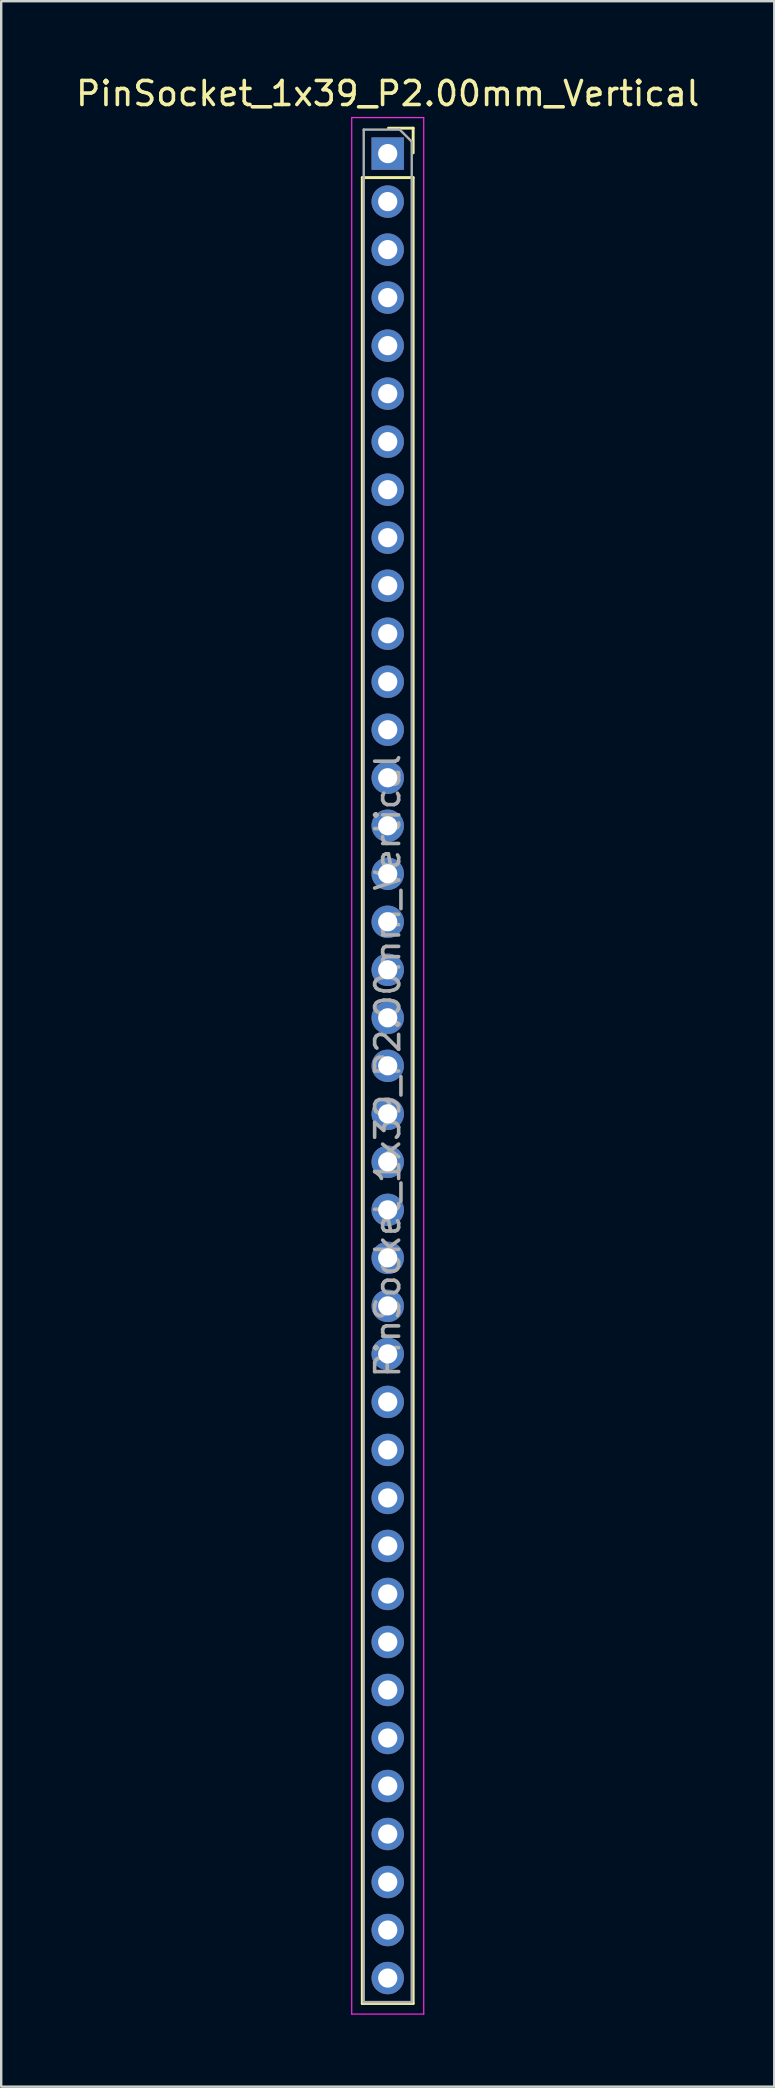
<source format=kicad_pcb>
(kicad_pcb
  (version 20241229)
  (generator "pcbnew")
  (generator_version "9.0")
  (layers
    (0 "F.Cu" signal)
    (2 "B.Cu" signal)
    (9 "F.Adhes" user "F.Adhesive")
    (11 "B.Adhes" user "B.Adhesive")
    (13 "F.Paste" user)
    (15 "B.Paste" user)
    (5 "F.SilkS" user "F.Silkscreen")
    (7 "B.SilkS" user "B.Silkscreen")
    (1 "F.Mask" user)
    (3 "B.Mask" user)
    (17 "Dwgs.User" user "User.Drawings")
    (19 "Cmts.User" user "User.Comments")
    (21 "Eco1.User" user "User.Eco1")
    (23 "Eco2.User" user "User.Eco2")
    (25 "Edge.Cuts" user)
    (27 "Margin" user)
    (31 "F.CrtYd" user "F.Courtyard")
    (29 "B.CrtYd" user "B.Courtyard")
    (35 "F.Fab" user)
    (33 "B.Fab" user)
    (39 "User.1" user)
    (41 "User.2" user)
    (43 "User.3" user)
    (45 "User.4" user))
  (footprint "PinSocket_1x39_P2.00mm_Vertical"
    (layer "F.Cu")
    (at 13.101 3.348)
    (property "Reference" "PinSocket_1x39_P2.00mm_Vertical" (at 0 -2.5 0) (layer "F.SilkS") (effects (font (size 1 1) (thickness 0.15))))
    (attr through_hole)
    (fp_line (start -1.06 1) (end -1.06 77.06) (stroke (width 0.12) (type solid)) (layer "F.SilkS"))
    (fp_line (start -1.06 77.06) (end 1.06 77.06) (stroke (width 0.12) (type solid)) (layer "F.SilkS"))
    (fp_line (start 1.06 -1.06) (end 0.03 -1.06) (stroke (width 0.12) (type solid)) (layer "F.SilkS"))
    (fp_line (start 1.06 -0.03) (end 1.06 -1.06) (stroke (width 0.12) (type solid)) (layer "F.SilkS"))
    (fp_line (start 1.06 1) (end -1.06 1) (stroke (width 0.12) (type solid)) (layer "F.SilkS"))
    (fp_line (start 1.06 77.06) (end 1.06 1) (stroke (width 0.12) (type solid)) (layer "F.SilkS"))
    (fp_line (start -1.5 -1.5) (end 1.5 -1.5) (stroke (width 0.05) (type solid)) (layer "F.CrtYd"))
    (fp_line (start -1.5 77.5) (end -1.5 -1.5) (stroke (width 0.05) (type solid)) (layer "F.CrtYd"))
    (fp_line (start 1.5 -1.5) (end 1.5 77.5) (stroke (width 0.05) (type solid)) (layer "F.CrtYd"))
    (fp_line (start 1.5 77.5) (end -1.5 77.5) (stroke (width 0.05) (type solid)) (layer "F.CrtYd"))
    (fp_line (start -1 -1) (end 0.5 -1) (stroke (width 0.1) (type solid)) (layer "F.Fab"))
    (fp_line (start -1 77) (end -1 -1) (stroke (width 0.1) (type solid)) (layer "F.Fab"))
    (fp_line (start 0.5 -1) (end 1 -0.5) (stroke (width 0.1) (type solid)) (layer "F.Fab"))
    (fp_line (start 1 -0.5) (end 1 77) (stroke (width 0.1) (type solid)) (layer "F.Fab"))
    (fp_line (start 1 77) (end -1 77) (stroke (width 0.1) (type solid)) (layer "F.Fab"))
    (fp_text user "${REFERENCE}" (at 0 38 90) (layer "F.Fab") (effects (font (size 1 1) (thickness 0.15))))
    (pad "1" thru_hole rect (at 0 0) (size 1.35 1.35) (drill 0.8) (layers "*.Cu" "*.Mask"))
    (pad "2" thru_hole oval (at 0 2) (size 1.35 1.35) (drill 0.8) (layers "*.Cu" "*.Mask"))
    (pad "3" thru_hole oval (at 0 4) (size 1.35 1.35) (drill 0.8) (layers "*.Cu" "*.Mask"))
    (pad "4" thru_hole oval (at 0 6) (size 1.35 1.35) (drill 0.8) (layers "*.Cu" "*.Mask"))
    (pad "5" thru_hole oval (at 0 8) (size 1.35 1.35) (drill 0.8) (layers "*.Cu" "*.Mask"))
    (pad "6" thru_hole oval (at 0 10) (size 1.35 1.35) (drill 0.8) (layers "*.Cu" "*.Mask"))
    (pad "7" thru_hole oval (at 0 12) (size 1.35 1.35) (drill 0.8) (layers "*.Cu" "*.Mask"))
    (pad "8" thru_hole oval (at 0 14) (size 1.35 1.35) (drill 0.8) (layers "*.Cu" "*.Mask"))
    (pad "9" thru_hole oval (at 0 16) (size 1.35 1.35) (drill 0.8) (layers "*.Cu" "*.Mask"))
    (pad "10" thru_hole oval (at 0 18) (size 1.35 1.35) (drill 0.8) (layers "*.Cu" "*.Mask"))
    (pad "11" thru_hole oval (at 0 20) (size 1.35 1.35) (drill 0.8) (layers "*.Cu" "*.Mask"))
    (pad "12" thru_hole oval (at 0 22) (size 1.35 1.35) (drill 0.8) (layers "*.Cu" "*.Mask"))
    (pad "13" thru_hole oval (at 0 24) (size 1.35 1.35) (drill 0.8) (layers "*.Cu" "*.Mask"))
    (pad "14" thru_hole oval (at 0 26) (size 1.35 1.35) (drill 0.8) (layers "*.Cu" "*.Mask"))
    (pad "15" thru_hole oval (at 0 28) (size 1.35 1.35) (drill 0.8) (layers "*.Cu" "*.Mask"))
    (pad "16" thru_hole oval (at 0 30) (size 1.35 1.35) (drill 0.8) (layers "*.Cu" "*.Mask"))
    (pad "17" thru_hole oval (at 0 32) (size 1.35 1.35) (drill 0.8) (layers "*.Cu" "*.Mask"))
    (pad "18" thru_hole oval (at 0 34) (size 1.35 1.35) (drill 0.8) (layers "*.Cu" "*.Mask"))
    (pad "19" thru_hole oval (at 0 36) (size 1.35 1.35) (drill 0.8) (layers "*.Cu" "*.Mask"))
    (pad "20" thru_hole oval (at 0 38) (size 1.35 1.35) (drill 0.8) (layers "*.Cu" "*.Mask"))
    (pad "21" thru_hole oval (at 0 40) (size 1.35 1.35) (drill 0.8) (layers "*.Cu" "*.Mask"))
    (pad "22" thru_hole oval (at 0 42) (size 1.35 1.35) (drill 0.8) (layers "*.Cu" "*.Mask"))
    (pad "23" thru_hole oval (at 0 44) (size 1.35 1.35) (drill 0.8) (layers "*.Cu" "*.Mask"))
    (pad "24" thru_hole oval (at 0 46) (size 1.35 1.35) (drill 0.8) (layers "*.Cu" "*.Mask"))
    (pad "25" thru_hole oval (at 0 48) (size 1.35 1.35) (drill 0.8) (layers "*.Cu" "*.Mask"))
    (pad "26" thru_hole oval (at 0 50) (size 1.35 1.35) (drill 0.8) (layers "*.Cu" "*.Mask"))
    (pad "27" thru_hole oval (at 0 52) (size 1.35 1.35) (drill 0.8) (layers "*.Cu" "*.Mask"))
    (pad "28" thru_hole oval (at 0 54) (size 1.35 1.35) (drill 0.8) (layers "*.Cu" "*.Mask"))
    (pad "29" thru_hole oval (at 0 56) (size 1.35 1.35) (drill 0.8) (layers "*.Cu" "*.Mask"))
    (pad "30" thru_hole oval (at 0 58) (size 1.35 1.35) (drill 0.8) (layers "*.Cu" "*.Mask"))
    (pad "31" thru_hole oval (at 0 60) (size 1.35 1.35) (drill 0.8) (layers "*.Cu" "*.Mask"))
    (pad "32" thru_hole oval (at 0 62) (size 1.35 1.35) (drill 0.8) (layers "*.Cu" "*.Mask"))
    (pad "33" thru_hole oval (at 0 64) (size 1.35 1.35) (drill 0.8) (layers "*.Cu" "*.Mask"))
    (pad "34" thru_hole oval (at 0 66) (size 1.35 1.35) (drill 0.8) (layers "*.Cu" "*.Mask"))
    (pad "35" thru_hole oval (at 0 68) (size 1.35 1.35) (drill 0.8) (layers "*.Cu" "*.Mask"))
    (pad "36" thru_hole oval (at 0 70) (size 1.35 1.35) (drill 0.8) (layers "*.Cu" "*.Mask"))
    (pad "37" thru_hole oval (at 0 72) (size 1.35 1.35) (drill 0.8) (layers "*.Cu" "*.Mask"))
    (pad "38" thru_hole oval (at 0 74) (size 1.35 1.35) (drill 0.8) (layers "*.Cu" "*.Mask"))
    (pad "39" thru_hole oval (at 0 76) (size 1.35 1.35) (drill 0.8) (layers "*.Cu" "*.Mask")))
  (gr_rect
    (start -3 -3)
    (end 29.202 83.873)
    (stroke (width 0.1) (type default))
    (fill no)
    (layer "Edge.Cuts")))
</source>
